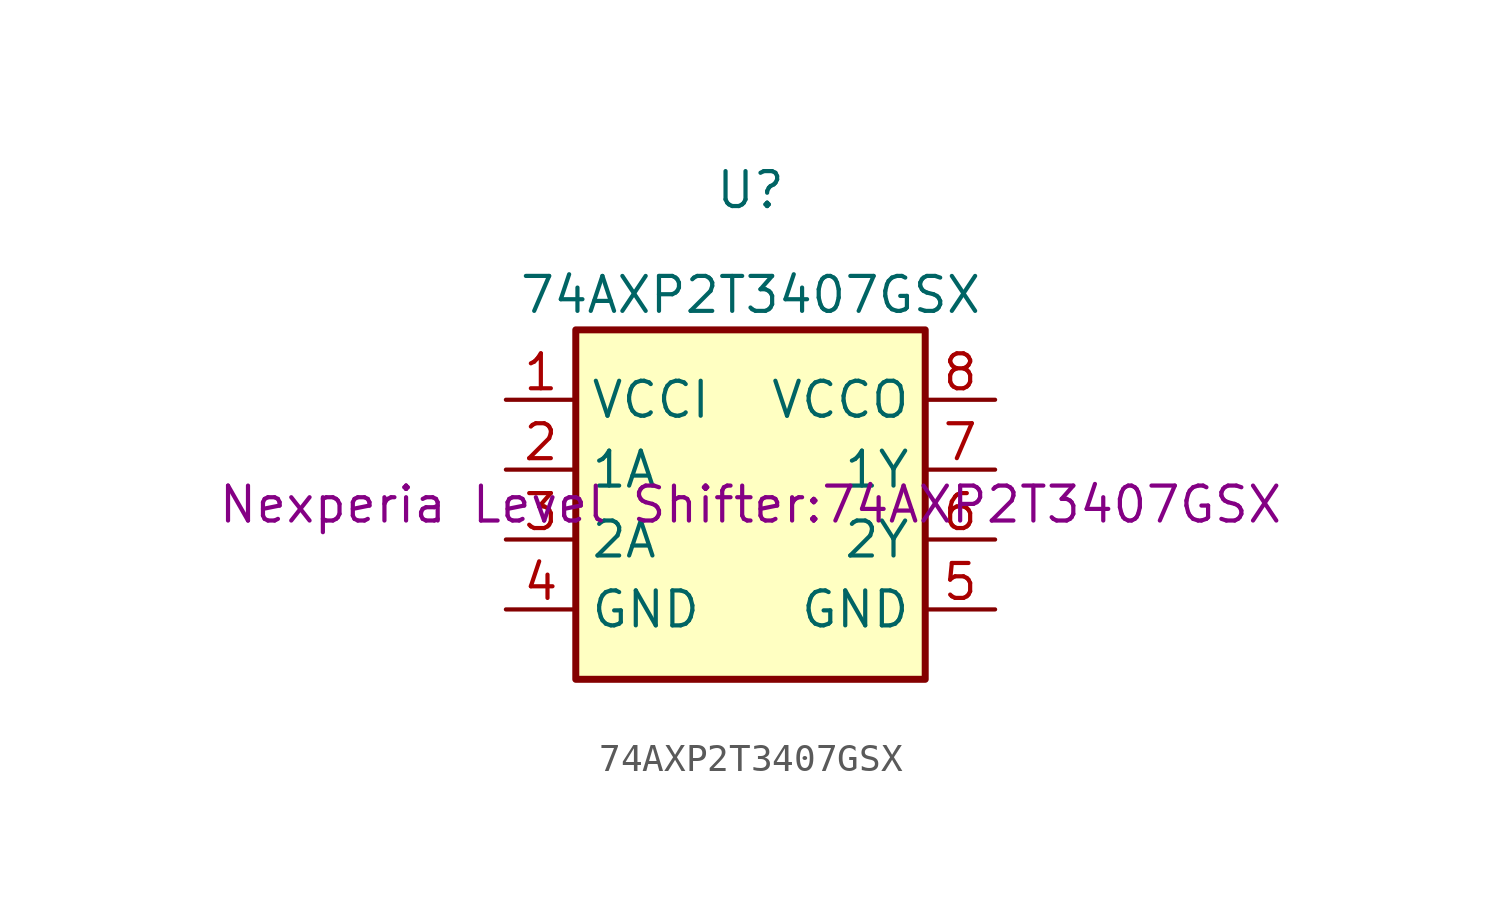
<source format=kicad_sym>
(kicad_symbol_lib
  (version 20220328)
  (generator kicad_symbol_editor)
  (symbol "74AXP2T3407GSX"
    (property "Reference" "U"
      (at 0 11.43 0)
      (effects (font (size 1.27 1.27))))
    (property "Value" "74AXP2T3407GSX"
      (at 0 7.62 0)
      (effects (font (size 1.27 1.27))))
    (property "Footprint" "Nexperia Level Shifter:74AXP2T3407GSX"
      (at 0 0 0)
      (effects (font (size 1.27 1.27))))
    (symbol "74AXP2T3407GSX_1_1"
      (rectangle (start -6.35 6.35) (end 6.35 -6.35) (stroke (width 0.254) (type default)) (fill (type background)))
      (pin power_in line (at -8.89 3.81 0) (length 2.54) (name "VCCI" (effects (font (size 1.27 1.27)))) (number "1" (effects (font (size 1.27 1.27)))))
      (pin input line (at -8.89 1.27 0) (length 2.54) (name "1A" (effects (font (size 1.27 1.27)))) (number "2" (effects (font (size 1.27 1.27)))))
      (pin input line (at -8.89 -1.27 0) (length 2.54) (name "2A" (effects (font (size 1.27 1.27)))) (number "3" (effects (font (size 1.27 1.27)))))
      (pin power_in line (at -8.89 -3.81 0) (length 2.54) (name "GND" (effects (font (size 1.27 1.27)))) (number "4" (effects (font (size 1.27 1.27)))))
      (pin power_in line (at 8.89 -3.81 180) (length 2.54) (name "GND" (effects (font (size 1.27 1.27)))) (number "5" (effects (font (size 1.27 1.27)))))
      (pin output line (at 8.89 -1.27 180) (length 2.54) (name "2Y" (effects (font (size 1.27 1.27)))) (number "6" (effects (font (size 1.27 1.27)))))
      (pin output line (at 8.89 1.27 180) (length 2.54) (name "1Y" (effects (font (size 1.27 1.27)))) (number "7" (effects (font (size 1.27 1.27)))))
      (pin power_in line (at 8.89 3.81 180) (length 2.54) (name "VCCO" (effects (font (size 1.27 1.27)))) (number "8" (effects (font (size 1.27 1.27))))))))
</source>
